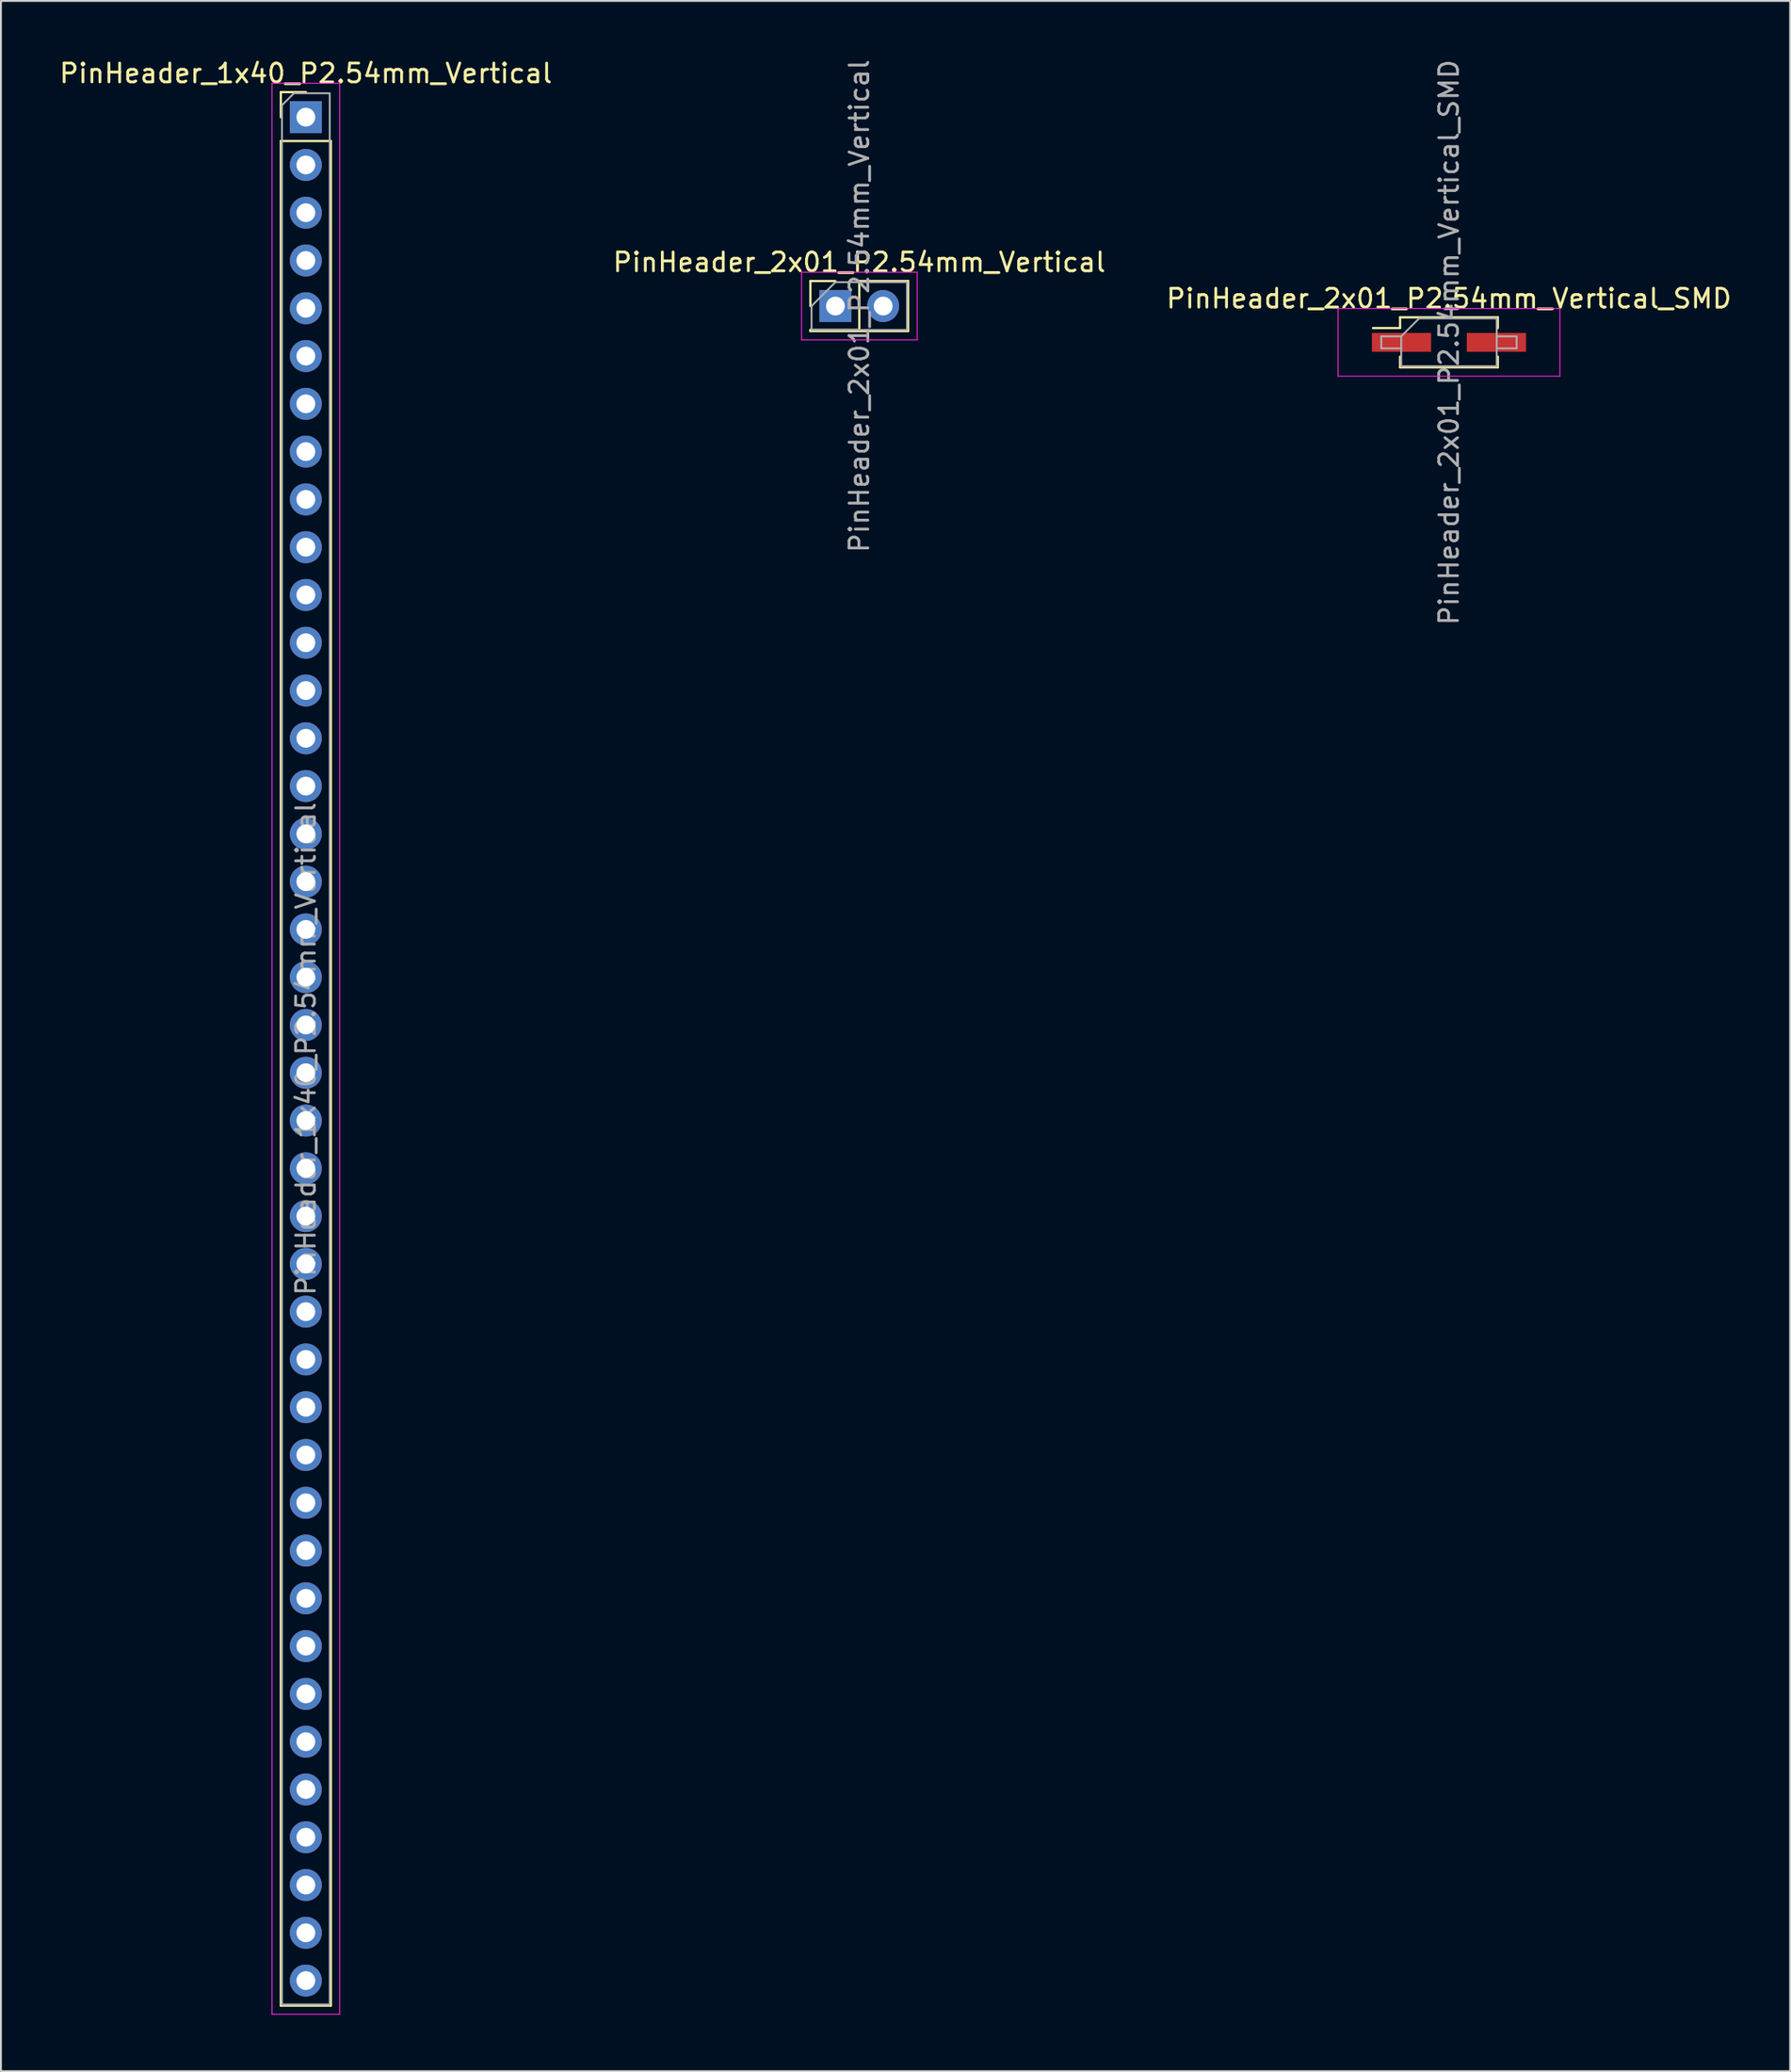
<source format=kicad_pcb>
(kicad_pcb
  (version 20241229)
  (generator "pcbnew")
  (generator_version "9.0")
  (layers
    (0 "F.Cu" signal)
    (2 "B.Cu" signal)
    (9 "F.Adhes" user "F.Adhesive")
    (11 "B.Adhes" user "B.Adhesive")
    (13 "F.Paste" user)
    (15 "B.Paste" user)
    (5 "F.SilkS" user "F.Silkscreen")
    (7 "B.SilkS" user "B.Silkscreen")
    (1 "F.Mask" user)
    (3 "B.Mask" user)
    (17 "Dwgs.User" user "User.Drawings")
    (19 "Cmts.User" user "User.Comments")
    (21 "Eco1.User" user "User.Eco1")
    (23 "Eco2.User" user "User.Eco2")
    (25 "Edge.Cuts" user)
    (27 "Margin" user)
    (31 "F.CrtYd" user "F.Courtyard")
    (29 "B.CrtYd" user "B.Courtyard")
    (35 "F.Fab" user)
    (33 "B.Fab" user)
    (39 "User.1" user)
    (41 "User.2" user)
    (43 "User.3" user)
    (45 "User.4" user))
  (footprint "PinHeader_2x01_P2.54mm_Vertical"
    (layer "F.Cu")
    (at 41.391 13.22)
    (property "Reference" "PinHeader_2x01_P2.54mm_Vertical" (at 1.27 -2.33 0) (layer "F.SilkS") (effects (font (size 1 1) (thickness 0.15))))
    (attr through_hole)
    (fp_line (start -1.33 -1.33) (end 0 -1.33) (stroke (width 0.12) (type solid)) (layer "F.SilkS"))
    (fp_line (start -1.33 0) (end -1.33 -1.33) (stroke (width 0.12) (type solid)) (layer "F.SilkS"))
    (fp_line (start -1.33 1.27) (end -1.33 1.33) (stroke (width 0.12) (type solid)) (layer "F.SilkS"))
    (fp_line (start -1.33 1.27) (end 1.27 1.27) (stroke (width 0.12) (type solid)) (layer "F.SilkS"))
    (fp_line (start -1.33 1.33) (end 3.87 1.33) (stroke (width 0.12) (type solid)) (layer "F.SilkS"))
    (fp_line (start 1.27 -1.33) (end 3.87 -1.33) (stroke (width 0.12) (type solid)) (layer "F.SilkS"))
    (fp_line (start 1.27 1.27) (end 1.27 -1.33) (stroke (width 0.12) (type solid)) (layer "F.SilkS"))
    (fp_line (start 3.87 -1.33) (end 3.87 1.33) (stroke (width 0.12) (type solid)) (layer "F.SilkS"))
    (fp_line (start -1.8 -1.8) (end -1.8 1.8) (stroke (width 0.05) (type solid)) (layer "F.CrtYd"))
    (fp_line (start -1.8 1.8) (end 4.35 1.8) (stroke (width 0.05) (type solid)) (layer "F.CrtYd"))
    (fp_line (start 4.35 -1.8) (end -1.8 -1.8) (stroke (width 0.05) (type solid)) (layer "F.CrtYd"))
    (fp_line (start 4.35 1.8) (end 4.35 -1.8) (stroke (width 0.05) (type solid)) (layer "F.CrtYd"))
    (fp_line (start -1.27 0) (end 0 -1.27) (stroke (width 0.1) (type solid)) (layer "F.Fab"))
    (fp_line (start -1.27 1.27) (end -1.27 0) (stroke (width 0.1) (type solid)) (layer "F.Fab"))
    (fp_line (start 0 -1.27) (end 3.81 -1.27) (stroke (width 0.1) (type solid)) (layer "F.Fab"))
    (fp_line (start 3.81 -1.27) (end 3.81 1.27) (stroke (width 0.1) (type solid)) (layer "F.Fab"))
    (fp_line (start 3.81 1.27) (end -1.27 1.27) (stroke (width 0.1) (type solid)) (layer "F.Fab"))
    (fp_text user "${REFERENCE}" (at 1.27 0 90) (layer "F.Fab") (effects (font (size 1 1) (thickness 0.15))))
    (pad "1" thru_hole rect (at 0 0) (size 1.7 1.7) (drill 1) (layers "*.Cu" "*.Mask"))
    (pad "2" thru_hole oval (at 2.54 0) (size 1.7 1.7) (drill 1) (layers "*.Cu" "*.Mask")))
  (footprint "PinHeader_2x01_P2.54mm_Vertical_SMD"
    (layer "F.Cu")
    (at 74.03 15.149)
    (property "Reference" "PinHeader_2x01_P2.54mm_Vertical_SMD" (at 0 -2.33 0) (layer "F.SilkS") (effects (font (size 1 1) (thickness 0.15))))
    (attr smd)
    (fp_line (start -4.04 -0.76) (end -2.6 -0.76) (stroke (width 0.12) (type solid)) (layer "F.SilkS"))
    (fp_line (start -2.6 -1.33) (end -2.6 -0.76) (stroke (width 0.12) (type solid)) (layer "F.SilkS"))
    (fp_line (start -2.6 -1.33) (end 2.6 -1.33) (stroke (width 0.12) (type solid)) (layer "F.SilkS"))
    (fp_line (start -2.6 0.76) (end -2.6 1.33) (stroke (width 0.12) (type solid)) (layer "F.SilkS"))
    (fp_line (start -2.6 1.33) (end 2.6 1.33) (stroke (width 0.12) (type solid)) (layer "F.SilkS"))
    (fp_line (start 2.6 -1.33) (end 2.6 -0.76) (stroke (width 0.12) (type solid)) (layer "F.SilkS"))
    (fp_line (start 2.6 0.76) (end 2.6 1.33) (stroke (width 0.12) (type solid)) (layer "F.SilkS"))
    (fp_line (start -5.9 -1.8) (end -5.9 1.8) (stroke (width 0.05) (type solid)) (layer "F.CrtYd"))
    (fp_line (start -5.9 1.8) (end 5.9 1.8) (stroke (width 0.05) (type solid)) (layer "F.CrtYd"))
    (fp_line (start 5.9 -1.8) (end -5.9 -1.8) (stroke (width 0.05) (type solid)) (layer "F.CrtYd"))
    (fp_line (start 5.9 1.8) (end 5.9 -1.8) (stroke (width 0.05) (type solid)) (layer "F.CrtYd"))
    (fp_line (start -3.6 -0.32) (end -3.6 0.32) (stroke (width 0.1) (type solid)) (layer "F.Fab"))
    (fp_line (start -3.6 0.32) (end -2.54 0.32) (stroke (width 0.1) (type solid)) (layer "F.Fab"))
    (fp_line (start -2.54 -0.32) (end -3.6 -0.32) (stroke (width 0.1) (type solid)) (layer "F.Fab"))
    (fp_line (start -2.54 -0.32) (end -1.59 -1.27) (stroke (width 0.1) (type solid)) (layer "F.Fab"))
    (fp_line (start -2.54 1.27) (end -2.54 -0.32) (stroke (width 0.1) (type solid)) (layer "F.Fab"))
    (fp_line (start -1.59 -1.27) (end 2.54 -1.27) (stroke (width 0.1) (type solid)) (layer "F.Fab"))
    (fp_line (start 2.54 -1.27) (end 2.54 1.27) (stroke (width 0.1) (type solid)) (layer "F.Fab"))
    (fp_line (start 2.54 -0.32) (end 3.6 -0.32) (stroke (width 0.1) (type solid)) (layer "F.Fab"))
    (fp_line (start 2.54 1.27) (end -2.54 1.27) (stroke (width 0.1) (type solid)) (layer "F.Fab"))
    (fp_line (start 3.6 -0.32) (end 3.6 0.32) (stroke (width 0.1) (type solid)) (layer "F.Fab"))
    (fp_line (start 3.6 0.32) (end 2.54 0.32) (stroke (width 0.1) (type solid)) (layer "F.Fab"))
    (fp_text user "${REFERENCE}" (at 0 0 90) (layer "F.Fab") (effects (font (size 1 1) (thickness 0.15))))
    (pad "1" smd rect (at -2.525 0) (size 3.15 1) (layers "F.Cu" "F.Mask" "F.Paste"))
    (pad "2" smd rect (at 2.525 0) (size 3.15 1) (layers "F.Cu" "F.Mask" "F.Paste")))
  (footprint "PinHeader_1x40_P2.54mm_Vertical"
    (layer "F.Cu")
    (at 13.22 3.178)
    (property "Reference" "PinHeader_1x40_P2.54mm_Vertical" (at 0 -2.33 0) (layer "F.SilkS") (effects (font (size 1 1) (thickness 0.15))))
    (attr through_hole)
    (fp_line (start -1.33 -1.33) (end 0 -1.33) (stroke (width 0.12) (type solid)) (layer "F.SilkS"))
    (fp_line (start -1.33 0) (end -1.33 -1.33) (stroke (width 0.12) (type solid)) (layer "F.SilkS"))
    (fp_line (start -1.33 1.27) (end -1.33 100.39) (stroke (width 0.12) (type solid)) (layer "F.SilkS"))
    (fp_line (start -1.33 1.27) (end 1.33 1.27) (stroke (width 0.12) (type solid)) (layer "F.SilkS"))
    (fp_line (start -1.33 100.39) (end 1.33 100.39) (stroke (width 0.12) (type solid)) (layer "F.SilkS"))
    (fp_line (start 1.33 1.27) (end 1.33 100.39) (stroke (width 0.12) (type solid)) (layer "F.SilkS"))
    (fp_line (start -1.8 -1.8) (end -1.8 100.85) (stroke (width 0.05) (type solid)) (layer "F.CrtYd"))
    (fp_line (start -1.8 100.85) (end 1.8 100.85) (stroke (width 0.05) (type solid)) (layer "F.CrtYd"))
    (fp_line (start 1.8 -1.8) (end -1.8 -1.8) (stroke (width 0.05) (type solid)) (layer "F.CrtYd"))
    (fp_line (start 1.8 100.85) (end 1.8 -1.8) (stroke (width 0.05) (type solid)) (layer "F.CrtYd"))
    (fp_line (start -1.27 -0.635) (end -0.635 -1.27) (stroke (width 0.1) (type solid)) (layer "F.Fab"))
    (fp_line (start -1.27 100.33) (end -1.27 -0.635) (stroke (width 0.1) (type solid)) (layer "F.Fab"))
    (fp_line (start -0.635 -1.27) (end 1.27 -1.27) (stroke (width 0.1) (type solid)) (layer "F.Fab"))
    (fp_line (start 1.27 -1.27) (end 1.27 100.33) (stroke (width 0.1) (type solid)) (layer "F.Fab"))
    (fp_line (start 1.27 100.33) (end -1.27 100.33) (stroke (width 0.1) (type solid)) (layer "F.Fab"))
    (fp_text user "${REFERENCE}" (at 0 49.53 90) (layer "F.Fab") (effects (font (size 1 1) (thickness 0.15))))
    (pad "1" thru_hole rect (at 0 0) (size 1.7 1.7) (drill 1) (layers "*.Cu" "*.Mask"))
    (pad "2" thru_hole oval (at 0 2.54) (size 1.7 1.7) (drill 1) (layers "*.Cu" "*.Mask"))
    (pad "3" thru_hole oval (at 0 5.08) (size 1.7 1.7) (drill 1) (layers "*.Cu" "*.Mask"))
    (pad "4" thru_hole oval (at 0 7.62) (size 1.7 1.7) (drill 1) (layers "*.Cu" "*.Mask"))
    (pad "5" thru_hole oval (at 0 10.16) (size 1.7 1.7) (drill 1) (layers "*.Cu" "*.Mask"))
    (pad "6" thru_hole oval (at 0 12.7) (size 1.7 1.7) (drill 1) (layers "*.Cu" "*.Mask"))
    (pad "7" thru_hole oval (at 0 15.24) (size 1.7 1.7) (drill 1) (layers "*.Cu" "*.Mask"))
    (pad "8" thru_hole oval (at 0 17.78) (size 1.7 1.7) (drill 1) (layers "*.Cu" "*.Mask"))
    (pad "9" thru_hole oval (at 0 20.32) (size 1.7 1.7) (drill 1) (layers "*.Cu" "*.Mask"))
    (pad "10" thru_hole oval (at 0 22.86) (size 1.7 1.7) (drill 1) (layers "*.Cu" "*.Mask"))
    (pad "11" thru_hole oval (at 0 25.4) (size 1.7 1.7) (drill 1) (layers "*.Cu" "*.Mask"))
    (pad "12" thru_hole oval (at 0 27.94) (size 1.7 1.7) (drill 1) (layers "*.Cu" "*.Mask"))
    (pad "13" thru_hole oval (at 0 30.48) (size 1.7 1.7) (drill 1) (layers "*.Cu" "*.Mask"))
    (pad "14" thru_hole oval (at 0 33.02) (size 1.7 1.7) (drill 1) (layers "*.Cu" "*.Mask"))
    (pad "15" thru_hole oval (at 0 35.56) (size 1.7 1.7) (drill 1) (layers "*.Cu" "*.Mask"))
    (pad "16" thru_hole oval (at 0 38.1) (size 1.7 1.7) (drill 1) (layers "*.Cu" "*.Mask"))
    (pad "17" thru_hole oval (at 0 40.64) (size 1.7 1.7) (drill 1) (layers "*.Cu" "*.Mask"))
    (pad "18" thru_hole oval (at 0 43.18) (size 1.7 1.7) (drill 1) (layers "*.Cu" "*.Mask"))
    (pad "19" thru_hole oval (at 0 45.72) (size 1.7 1.7) (drill 1) (layers "*.Cu" "*.Mask"))
    (pad "20" thru_hole oval (at 0 48.26) (size 1.7 1.7) (drill 1) (layers "*.Cu" "*.Mask"))
    (pad "21" thru_hole oval (at 0 50.8) (size 1.7 1.7) (drill 1) (layers "*.Cu" "*.Mask"))
    (pad "22" thru_hole oval (at 0 53.34) (size 1.7 1.7) (drill 1) (layers "*.Cu" "*.Mask"))
    (pad "23" thru_hole oval (at 0 55.88) (size 1.7 1.7) (drill 1) (layers "*.Cu" "*.Mask"))
    (pad "24" thru_hole oval (at 0 58.42) (size 1.7 1.7) (drill 1) (layers "*.Cu" "*.Mask"))
    (pad "25" thru_hole oval (at 0 60.96) (size 1.7 1.7) (drill 1) (layers "*.Cu" "*.Mask"))
    (pad "26" thru_hole oval (at 0 63.5) (size 1.7 1.7) (drill 1) (layers "*.Cu" "*.Mask"))
    (pad "27" thru_hole oval (at 0 66.04) (size 1.7 1.7) (drill 1) (layers "*.Cu" "*.Mask"))
    (pad "28" thru_hole oval (at 0 68.58) (size 1.7 1.7) (drill 1) (layers "*.Cu" "*.Mask"))
    (pad "29" thru_hole oval (at 0 71.12) (size 1.7 1.7) (drill 1) (layers "*.Cu" "*.Mask"))
    (pad "30" thru_hole oval (at 0 73.66) (size 1.7 1.7) (drill 1) (layers "*.Cu" "*.Mask"))
    (pad "31" thru_hole oval (at 0 76.2) (size 1.7 1.7) (drill 1) (layers "*.Cu" "*.Mask"))
    (pad "32" thru_hole oval (at 0 78.74) (size 1.7 1.7) (drill 1) (layers "*.Cu" "*.Mask"))
    (pad "33" thru_hole oval (at 0 81.28) (size 1.7 1.7) (drill 1) (layers "*.Cu" "*.Mask"))
    (pad "34" thru_hole oval (at 0 83.82) (size 1.7 1.7) (drill 1) (layers "*.Cu" "*.Mask"))
    (pad "35" thru_hole oval (at 0 86.36) (size 1.7 1.7) (drill 1) (layers "*.Cu" "*.Mask"))
    (pad "36" thru_hole oval (at 0 88.9) (size 1.7 1.7) (drill 1) (layers "*.Cu" "*.Mask"))
    (pad "37" thru_hole oval (at 0 91.44) (size 1.7 1.7) (drill 1) (layers "*.Cu" "*.Mask"))
    (pad "38" thru_hole oval (at 0 93.98) (size 1.7 1.7) (drill 1) (layers "*.Cu" "*.Mask"))
    (pad "39" thru_hole oval (at 0 96.52) (size 1.7 1.7) (drill 1) (layers "*.Cu" "*.Mask"))
    (pad "40" thru_hole oval (at 0 99.06) (size 1.7 1.7) (drill 1) (layers "*.Cu" "*.Mask")))
  (gr_rect
    (start -3 -3)
    (end 92.179 107.053)
    (stroke (width 0.1) (type default))
    (fill no)
    (layer "Edge.Cuts")))
</source>
